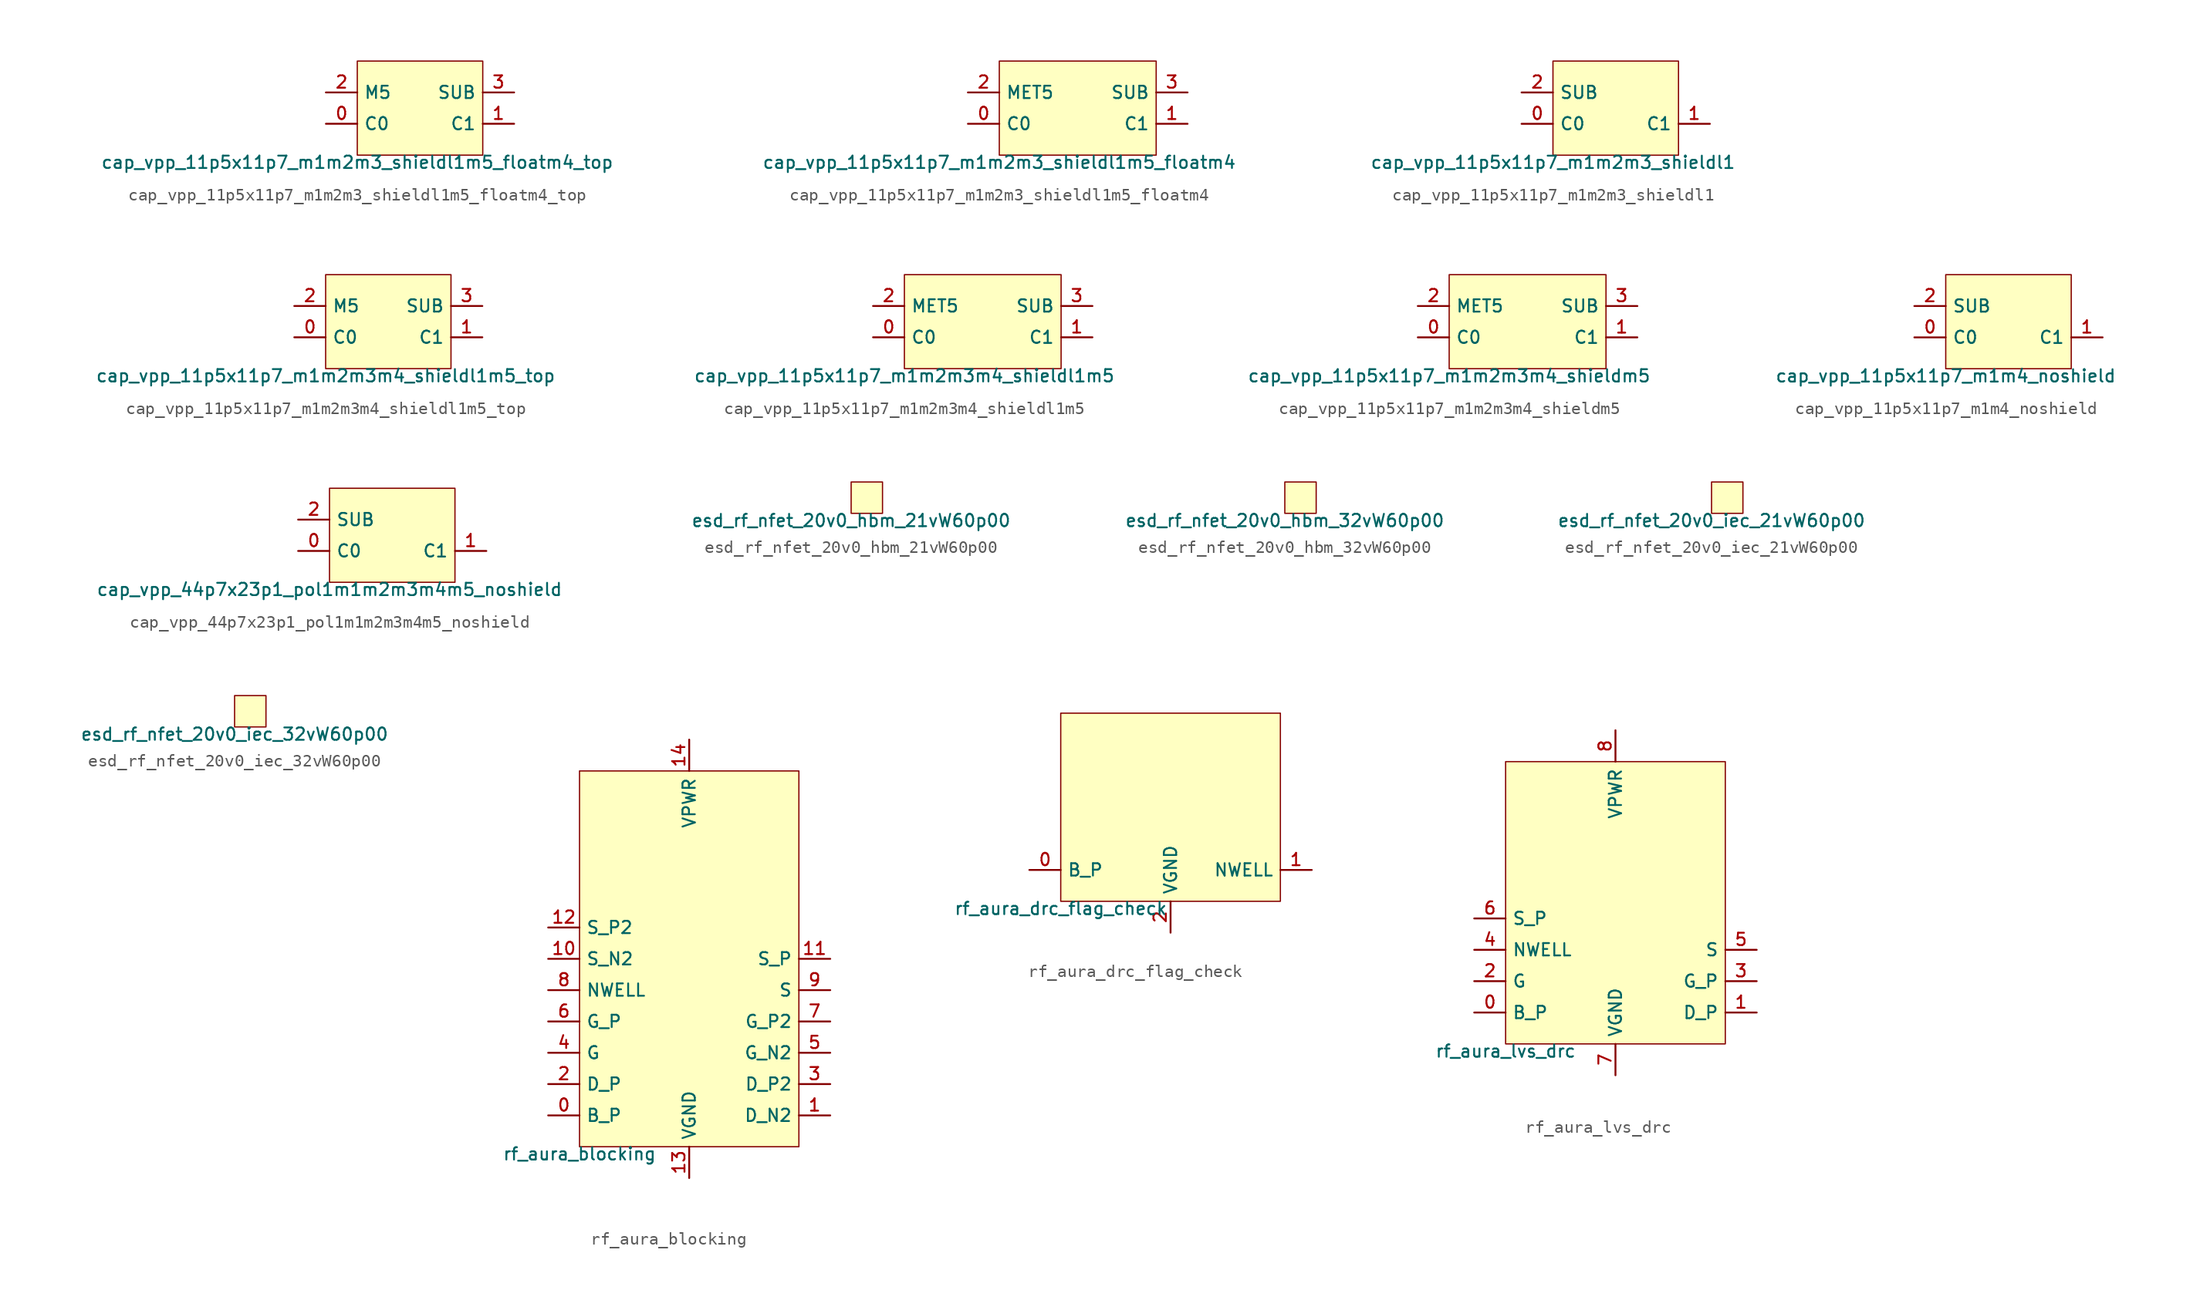
<source format=kicad_sym>
(kicad_symbol_lib
  (version 20211014)
  (generator pdk2kicad)
  (symbol "cap_vpp_11p5x11p7_m1m2m3_shieldl1m5_floatm4_top"
    (property "Reference" "X"
      (at 0 0 0)
      (effects (font (size 1 1)) hide))
    (property "Value" "cap_vpp_11p5x11p7_m1m2m3_shieldl1m5_floatm4_top"
      (at -5.08 -3.81 0)
      (effects (font (size 1 1)) (justify top)))
    (rectangle
      (start -5.08 -3.81)
      (end 5.08 3.81)
      (stroke (width 0.1) (type solid) (color 0 0 0 0))
      (fill (type background)))
    (pin bidirectional line
      (at -7.62 -1.27 0)
      (length 2.54)
      (name "C0" (effects (font (size 1 1)) hide))
      (number "0" (effects (font (size 1 1)) hide)))
    (pin bidirectional line
      (at 7.62 -1.27 180)
      (length 2.54)
      (name "C1" (effects (font (size 1 1)) hide))
      (number "1" (effects (font (size 1 1)) hide)))
    (pin bidirectional line
      (at -7.62 1.27 0)
      (length 2.54)
      (name "M5" (effects (font (size 1 1)) hide))
      (number "2" (effects (font (size 1 1)) hide)))
    (pin bidirectional line
      (at 7.62 1.27 180)
      (length 2.54)
      (name "SUB" (effects (font (size 1 1)) hide))
      (number "3" (effects (font (size 1 1)) hide))))
  (symbol "cap_vpp_11p5x11p7_m1m2m3_shieldl1m5_floatm4"
    (property "Reference" "X"
      (at 0 0 0)
      (effects (font (size 1 1)) hide))
    (property "Value" "cap_vpp_11p5x11p7_m1m2m3_shieldl1m5_floatm4"
      (at -6.35 -3.81 0)
      (effects (font (size 1 1)) (justify top)))
    (rectangle
      (start -6.35 -3.81)
      (end 6.35 3.81)
      (stroke (width 0.1) (type solid) (color 0 0 0 0))
      (fill (type background)))
    (pin bidirectional line
      (at -8.89 -1.27 0)
      (length 2.54)
      (name "C0" (effects (font (size 1 1)) hide))
      (number "0" (effects (font (size 1 1)) hide)))
    (pin bidirectional line
      (at 8.89 -1.27 180)
      (length 2.54)
      (name "C1" (effects (font (size 1 1)) hide))
      (number "1" (effects (font (size 1 1)) hide)))
    (pin bidirectional line
      (at -8.89 1.27 0)
      (length 2.54)
      (name "MET5" (effects (font (size 1 1)) hide))
      (number "2" (effects (font (size 1 1)) hide)))
    (pin bidirectional line
      (at 8.89 1.27 180)
      (length 2.54)
      (name "SUB" (effects (font (size 1 1)) hide))
      (number "3" (effects (font (size 1 1)) hide))))
  (symbol "cap_vpp_11p5x11p7_m1m2m3_shieldl1"
    (property "Reference" "X"
      (at 0 0 0)
      (effects (font (size 1 1)) hide))
    (property "Value" "cap_vpp_11p5x11p7_m1m2m3_shieldl1"
      (at -5.08 -3.81 0)
      (effects (font (size 1 1)) (justify top)))
    (rectangle
      (start -5.08 -3.81)
      (end 5.08 3.81)
      (stroke (width 0.1) (type solid) (color 0 0 0 0))
      (fill (type background)))
    (pin bidirectional line
      (at -7.62 -1.27 0)
      (length 2.54)
      (name "C0" (effects (font (size 1 1)) hide))
      (number "0" (effects (font (size 1 1)) hide)))
    (pin bidirectional line
      (at 7.62 -1.27 180)
      (length 2.54)
      (name "C1" (effects (font (size 1 1)) hide))
      (number "1" (effects (font (size 1 1)) hide)))
    (pin bidirectional line
      (at -7.62 1.27 0)
      (length 2.54)
      (name "SUB" (effects (font (size 1 1)) hide))
      (number "2" (effects (font (size 1 1)) hide))))
  (symbol "cap_vpp_11p5x11p7_m1m2m3m4_shieldl1m5_top"
    (property "Reference" "X"
      (at 0 0 0)
      (effects (font (size 1 1)) hide))
    (property "Value" "cap_vpp_11p5x11p7_m1m2m3m4_shieldl1m5_top"
      (at -5.08 -3.81 0)
      (effects (font (size 1 1)) (justify top)))
    (rectangle
      (start -5.08 -3.81)
      (end 5.08 3.81)
      (stroke (width 0.1) (type solid) (color 0 0 0 0))
      (fill (type background)))
    (pin bidirectional line
      (at -7.62 -1.27 0)
      (length 2.54)
      (name "C0" (effects (font (size 1 1)) hide))
      (number "0" (effects (font (size 1 1)) hide)))
    (pin bidirectional line
      (at 7.62 -1.27 180)
      (length 2.54)
      (name "C1" (effects (font (size 1 1)) hide))
      (number "1" (effects (font (size 1 1)) hide)))
    (pin bidirectional line
      (at -7.62 1.27 0)
      (length 2.54)
      (name "M5" (effects (font (size 1 1)) hide))
      (number "2" (effects (font (size 1 1)) hide)))
    (pin bidirectional line
      (at 7.62 1.27 180)
      (length 2.54)
      (name "SUB" (effects (font (size 1 1)) hide))
      (number "3" (effects (font (size 1 1)) hide))))
  (symbol "cap_vpp_11p5x11p7_m1m2m3m4_shieldl1m5"
    (property "Reference" "X"
      (at 0 0 0)
      (effects (font (size 1 1)) hide))
    (property "Value" "cap_vpp_11p5x11p7_m1m2m3m4_shieldl1m5"
      (at -6.35 -3.81 0)
      (effects (font (size 1 1)) (justify top)))
    (rectangle
      (start -6.35 -3.81)
      (end 6.35 3.81)
      (stroke (width 0.1) (type solid) (color 0 0 0 0))
      (fill (type background)))
    (pin bidirectional line
      (at -8.89 -1.27 0)
      (length 2.54)
      (name "C0" (effects (font (size 1 1)) hide))
      (number "0" (effects (font (size 1 1)) hide)))
    (pin bidirectional line
      (at 8.89 -1.27 180)
      (length 2.54)
      (name "C1" (effects (font (size 1 1)) hide))
      (number "1" (effects (font (size 1 1)) hide)))
    (pin bidirectional line
      (at -8.89 1.27 0)
      (length 2.54)
      (name "MET5" (effects (font (size 1 1)) hide))
      (number "2" (effects (font (size 1 1)) hide)))
    (pin bidirectional line
      (at 8.89 1.27 180)
      (length 2.54)
      (name "SUB" (effects (font (size 1 1)) hide))
      (number "3" (effects (font (size 1 1)) hide))))
  (symbol "cap_vpp_11p5x11p7_m1m2m3m4_shieldm5"
    (property "Reference" "X"
      (at 0 0 0)
      (effects (font (size 1 1)) hide))
    (property "Value" "cap_vpp_11p5x11p7_m1m2m3m4_shieldm5"
      (at -6.35 -3.81 0)
      (effects (font (size 1 1)) (justify top)))
    (rectangle
      (start -6.35 -3.81)
      (end 6.35 3.81)
      (stroke (width 0.1) (type solid) (color 0 0 0 0))
      (fill (type background)))
    (pin bidirectional line
      (at -8.89 -1.27 0)
      (length 2.54)
      (name "C0" (effects (font (size 1 1)) hide))
      (number "0" (effects (font (size 1 1)) hide)))
    (pin bidirectional line
      (at 8.89 -1.27 180)
      (length 2.54)
      (name "C1" (effects (font (size 1 1)) hide))
      (number "1" (effects (font (size 1 1)) hide)))
    (pin bidirectional line
      (at -8.89 1.27 0)
      (length 2.54)
      (name "MET5" (effects (font (size 1 1)) hide))
      (number "2" (effects (font (size 1 1)) hide)))
    (pin bidirectional line
      (at 8.89 1.27 180)
      (length 2.54)
      (name "SUB" (effects (font (size 1 1)) hide))
      (number "3" (effects (font (size 1 1)) hide))))
  (symbol "cap_vpp_11p5x11p7_m1m4_noshield"
    (property "Reference" "X"
      (at 0 0 0)
      (effects (font (size 1 1)) hide))
    (property "Value" "cap_vpp_11p5x11p7_m1m4_noshield"
      (at -5.08 -3.81 0)
      (effects (font (size 1 1)) (justify top)))
    (rectangle
      (start -5.08 -3.81)
      (end 5.08 3.81)
      (stroke (width 0.1) (type solid) (color 0 0 0 0))
      (fill (type background)))
    (pin bidirectional line
      (at -7.62 -1.27 0)
      (length 2.54)
      (name "C0" (effects (font (size 1 1)) hide))
      (number "0" (effects (font (size 1 1)) hide)))
    (pin bidirectional line
      (at 7.62 -1.27 180)
      (length 2.54)
      (name "C1" (effects (font (size 1 1)) hide))
      (number "1" (effects (font (size 1 1)) hide)))
    (pin bidirectional line
      (at -7.62 1.27 0)
      (length 2.54)
      (name "SUB" (effects (font (size 1 1)) hide))
      (number "2" (effects (font (size 1 1)) hide))))
  (symbol "cap_vpp_44p7x23p1_pol1m1m2m3m4m5_noshield"
    (property "Reference" "X"
      (at 0 0 0)
      (effects (font (size 1 1)) hide))
    (property "Value" "cap_vpp_44p7x23p1_pol1m1m2m3m4m5_noshield"
      (at -5.08 -3.81 0)
      (effects (font (size 1 1)) (justify top)))
    (rectangle
      (start -5.08 -3.81)
      (end 5.08 3.81)
      (stroke (width 0.1) (type solid) (color 0 0 0 0))
      (fill (type background)))
    (pin bidirectional line
      (at -7.62 -1.27 0)
      (length 2.54)
      (name "C0" (effects (font (size 1 1)) hide))
      (number "0" (effects (font (size 1 1)) hide)))
    (pin bidirectional line
      (at 7.62 -1.27 180)
      (length 2.54)
      (name "C1" (effects (font (size 1 1)) hide))
      (number "1" (effects (font (size 1 1)) hide)))
    (pin bidirectional line
      (at -7.62 1.27 0)
      (length 2.54)
      (name "SUB" (effects (font (size 1 1)) hide))
      (number "2" (effects (font (size 1 1)) hide))))
  (symbol "esd_rf_nfet_20v0_hbm_21vW60p00"
    (property "Reference" "X"
      (at 0 0 0)
      (effects (font (size 1 1)) hide))
    (property "Value" "esd_rf_nfet_20v0_hbm_21vW60p00"
      (at -1.27 -1.27 0)
      (effects (font (size 1 1)) (justify top)))
    (rectangle
      (start -1.27 -1.27)
      (end 1.27 1.27)
      (stroke (width 0.1) (type solid) (color 0 0 0 0))
      (fill (type background))))
  (symbol "esd_rf_nfet_20v0_hbm_32vW60p00"
    (property "Reference" "X"
      (at 0 0 0)
      (effects (font (size 1 1)) hide))
    (property "Value" "esd_rf_nfet_20v0_hbm_32vW60p00"
      (at -1.27 -1.27 0)
      (effects (font (size 1 1)) (justify top)))
    (rectangle
      (start -1.27 -1.27)
      (end 1.27 1.27)
      (stroke (width 0.1) (type solid) (color 0 0 0 0))
      (fill (type background))))
  (symbol "esd_rf_nfet_20v0_iec_21vW60p00"
    (property "Reference" "X"
      (at 0 0 0)
      (effects (font (size 1 1)) hide))
    (property "Value" "esd_rf_nfet_20v0_iec_21vW60p00"
      (at -1.27 -1.27 0)
      (effects (font (size 1 1)) (justify top)))
    (rectangle
      (start -1.27 -1.27)
      (end 1.27 1.27)
      (stroke (width 0.1) (type solid) (color 0 0 0 0))
      (fill (type background))))
  (symbol "esd_rf_nfet_20v0_iec_32vW60p00"
    (property "Reference" "X"
      (at 0 0 0)
      (effects (font (size 1 1)) hide))
    (property "Value" "esd_rf_nfet_20v0_iec_32vW60p00"
      (at -1.27 -1.27 0)
      (effects (font (size 1 1)) (justify top)))
    (rectangle
      (start -1.27 -1.27)
      (end 1.27 1.27)
      (stroke (width 0.1) (type solid) (color 0 0 0 0))
      (fill (type background))))
  (symbol "rf_aura_blocking"
    (property "Reference" "X"
      (at 0 0 0)
      (effects (font (size 1 1)) hide))
    (property "Value" "rf_aura_blocking"
      (at -8.89 -15.24 0)
      (effects (font (size 1 1)) (justify top)))
    (rectangle
      (start -8.89 -15.24)
      (end 8.89 15.24)
      (stroke (width 0.1) (type solid) (color 0 0 0 0))
      (fill (type background)))
    (pin bidirectional line
      (at -11.43 -12.7 0)
      (length 2.54)
      (name "B_P" (effects (font (size 1 1)) hide))
      (number "0" (effects (font (size 1 1)) hide)))
    (pin bidirectional line
      (at 11.43 -12.7 180)
      (length 2.54)
      (name "D_N2" (effects (font (size 1 1)) hide))
      (number "1" (effects (font (size 1 1)) hide)))
    (pin bidirectional line
      (at -11.43 -10.16 0)
      (length 2.54)
      (name "D_P" (effects (font (size 1 1)) hide))
      (number "2" (effects (font (size 1 1)) hide)))
    (pin bidirectional line
      (at 11.43 -10.16 180)
      (length 2.54)
      (name "D_P2" (effects (font (size 1 1)) hide))
      (number "3" (effects (font (size 1 1)) hide)))
    (pin bidirectional line
      (at -11.43 -7.62 0)
      (length 2.54)
      (name "G" (effects (font (size 1 1)) hide))
      (number "4" (effects (font (size 1 1)) hide)))
    (pin bidirectional line
      (at 11.43 -7.62 180)
      (length 2.54)
      (name "G_N2" (effects (font (size 1 1)) hide))
      (number "5" (effects (font (size 1 1)) hide)))
    (pin bidirectional line
      (at -11.43 -5.08 0)
      (length 2.54)
      (name "G_P" (effects (font (size 1 1)) hide))
      (number "6" (effects (font (size 1 1)) hide)))
    (pin bidirectional line
      (at 11.43 -5.08 180)
      (length 2.54)
      (name "G_P2" (effects (font (size 1 1)) hide))
      (number "7" (effects (font (size 1 1)) hide)))
    (pin bidirectional line
      (at -11.43 -2.54 0)
      (length 2.54)
      (name "NWELL" (effects (font (size 1 1)) hide))
      (number "8" (effects (font (size 1 1)) hide)))
    (pin bidirectional line
      (at 11.43 -2.54 180)
      (length 2.54)
      (name "S" (effects (font (size 1 1)) hide))
      (number "9" (effects (font (size 1 1)) hide)))
    (pin bidirectional line
      (at -11.43 0.0 0)
      (length 2.54)
      (name "S_N2" (effects (font (size 1 1)) hide))
      (number "10" (effects (font (size 1 1)) hide)))
    (pin bidirectional line
      (at 11.43 0.0 180)
      (length 2.54)
      (name "S_P" (effects (font (size 1 1)) hide))
      (number "11" (effects (font (size 1 1)) hide)))
    (pin bidirectional line
      (at -11.43 2.54 0)
      (length 2.54)
      (name "S_P2" (effects (font (size 1 1)) hide))
      (number "12" (effects (font (size 1 1)) hide)))
    (pin power_in line
      (at -8.881784197001252e-16 -17.78 90)
      (length 2.54)
      (name "VGND" (effects (font (size 1 1)) hide))
      (number "13" (effects (font (size 1 1)) hide)))
    (pin power_in line
      (at -8.881784197001252e-16 17.78 270)
      (length 2.54)
      (name "VPWR" (effects (font (size 1 1)) hide))
      (number "14" (effects (font (size 1 1)) hide))))
  (symbol "rf_aura_drc_flag_check"
    (property "Reference" "X"
      (at 0 0 0)
      (effects (font (size 1 1)) hide))
    (property "Value" "rf_aura_drc_flag_check"
      (at -8.89 -7.62 0)
      (effects (font (size 1 1)) (justify top)))
    (rectangle
      (start -8.89 -7.62)
      (end 8.89 7.62)
      (stroke (width 0.1) (type solid) (color 0 0 0 0))
      (fill (type background)))
    (pin bidirectional line
      (at -11.43 -5.08 0)
      (length 2.54)
      (name "B_P" (effects (font (size 1 1)) hide))
      (number "0" (effects (font (size 1 1)) hide)))
    (pin bidirectional line
      (at 11.43 -5.08 180)
      (length 2.54)
      (name "NWELL" (effects (font (size 1 1)) hide))
      (number "1" (effects (font (size 1 1)) hide)))
    (pin power_in line
      (at -8.881784197001252e-16 -10.16 90)
      (length 2.54)
      (name "VGND" (effects (font (size 1 1)) hide))
      (number "2" (effects (font (size 1 1)) hide))))
  (symbol "rf_aura_lvs_drc"
    (property "Reference" "X"
      (at 0 0 0)
      (effects (font (size 1 1)) hide))
    (property "Value" "rf_aura_lvs_drc"
      (at -8.89 -11.43 0)
      (effects (font (size 1 1)) (justify top)))
    (rectangle
      (start -8.89 -11.43)
      (end 8.89 11.43)
      (stroke (width 0.1) (type solid) (color 0 0 0 0))
      (fill (type background)))
    (pin bidirectional line
      (at -11.43 -8.89 0)
      (length 2.54)
      (name "B_P" (effects (font (size 1 1)) hide))
      (number "0" (effects (font (size 1 1)) hide)))
    (pin bidirectional line
      (at 11.43 -8.89 180)
      (length 2.54)
      (name "D_P" (effects (font (size 1 1)) hide))
      (number "1" (effects (font (size 1 1)) hide)))
    (pin bidirectional line
      (at -11.43 -6.35 0)
      (length 2.54)
      (name "G" (effects (font (size 1 1)) hide))
      (number "2" (effects (font (size 1 1)) hide)))
    (pin bidirectional line
      (at 11.43 -6.35 180)
      (length 2.54)
      (name "G_P" (effects (font (size 1 1)) hide))
      (number "3" (effects (font (size 1 1)) hide)))
    (pin bidirectional line
      (at -11.43 -3.81 0)
      (length 2.54)
      (name "NWELL" (effects (font (size 1 1)) hide))
      (number "4" (effects (font (size 1 1)) hide)))
    (pin bidirectional line
      (at 11.43 -3.81 180)
      (length 2.54)
      (name "S" (effects (font (size 1 1)) hide))
      (number "5" (effects (font (size 1 1)) hide)))
    (pin bidirectional line
      (at -11.43 -1.27 0)
      (length 2.54)
      (name "S_P" (effects (font (size 1 1)) hide))
      (number "6" (effects (font (size 1 1)) hide)))
    (pin power_in line
      (at -8.881784197001252e-16 -13.97 90)
      (length 2.54)
      (name "VGND" (effects (font (size 1 1)) hide))
      (number "7" (effects (font (size 1 1)) hide)))
    (pin power_in line
      (at -8.881784197001252e-16 13.97 270)
      (length 2.54)
      (name "VPWR" (effects (font (size 1 1)) hide))
      (number "8" (effects (font (size 1 1)) hide)))))
</source>
